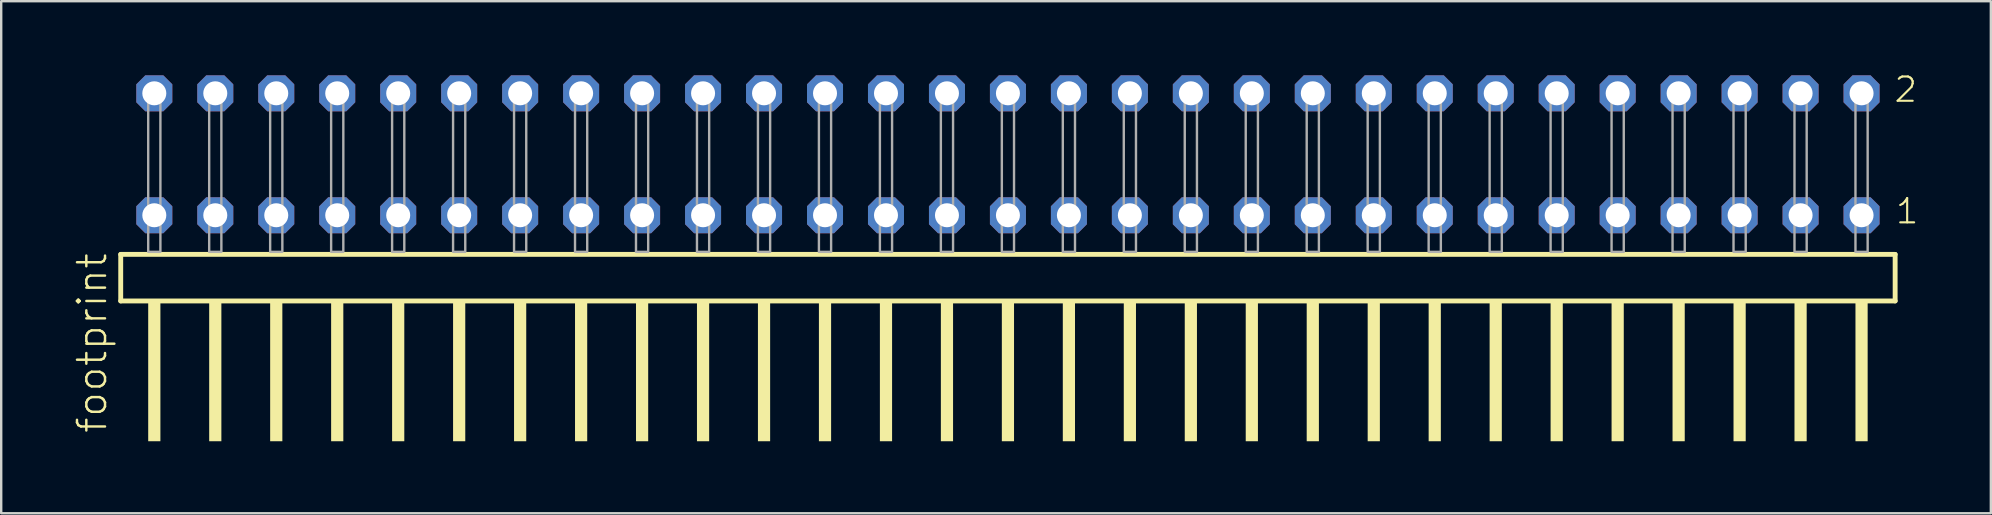
<source format=kicad_pcb>
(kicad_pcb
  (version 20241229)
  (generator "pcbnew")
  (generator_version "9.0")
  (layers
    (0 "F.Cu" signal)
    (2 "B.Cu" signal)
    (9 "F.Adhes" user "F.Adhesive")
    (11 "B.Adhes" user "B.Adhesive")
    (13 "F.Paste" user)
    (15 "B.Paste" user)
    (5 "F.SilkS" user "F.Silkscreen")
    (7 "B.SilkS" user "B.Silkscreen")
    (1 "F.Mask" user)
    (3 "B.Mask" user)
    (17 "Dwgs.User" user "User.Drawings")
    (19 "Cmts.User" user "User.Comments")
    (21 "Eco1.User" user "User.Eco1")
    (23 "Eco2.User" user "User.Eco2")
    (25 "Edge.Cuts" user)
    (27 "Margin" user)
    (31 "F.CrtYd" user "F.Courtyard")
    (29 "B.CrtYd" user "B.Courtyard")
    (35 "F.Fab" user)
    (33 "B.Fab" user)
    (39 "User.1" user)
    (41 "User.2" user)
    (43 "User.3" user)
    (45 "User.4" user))
  (footprint "footprint"
    (layer "F.Cu")
    (at 38.938 7.441)
    (property "Reference" "footprint" (at -37.465 7.62 90) (layer "F.SilkS") (effects (font (size 1.168 1.168) (thickness 0.102)) (justify left bottom)))
    (fp_line (start -36.959 0.106) (end -36.959 2.046) (stroke (width 0.203) (type solid)) (layer "F.SilkS"))
    (fp_line (start -36.959 2.046) (end 36.959 2.046) (stroke (width 0.203) (type solid)) (layer "F.SilkS"))
    (fp_line (start 36.959 0.106) (end -36.959 0.106) (stroke (width 0.203) (type solid)) (layer "F.SilkS"))
    (fp_line (start 36.959 2.046) (end 36.959 0.106) (stroke (width 0.203) (type solid)) (layer "F.SilkS"))
    (fp_poly (pts (xy -35.814 7.89) (xy -35.306 7.89) (xy -35.306 2.04) (xy -35.814 2.04)) (stroke (width 0) (type solid)) (fill yes) (layer "F.SilkS"))
    (fp_poly (pts (xy -33.274 7.89) (xy -32.766 7.89) (xy -32.766 2.04) (xy -33.274 2.04)) (stroke (width 0) (type solid)) (fill yes) (layer "F.SilkS"))
    (fp_poly (pts (xy -30.734 7.89) (xy -30.226 7.89) (xy -30.226 2.04) (xy -30.734 2.04)) (stroke (width 0) (type solid)) (fill yes) (layer "F.SilkS"))
    (fp_poly (pts (xy -28.194 7.89) (xy -27.686 7.89) (xy -27.686 2.04) (xy -28.194 2.04)) (stroke (width 0) (type solid)) (fill yes) (layer "F.SilkS"))
    (fp_poly (pts (xy -25.654 7.89) (xy -25.146 7.89) (xy -25.146 2.04) (xy -25.654 2.04)) (stroke (width 0) (type solid)) (fill yes) (layer "F.SilkS"))
    (fp_poly (pts (xy -23.114 7.89) (xy -22.606 7.89) (xy -22.606 2.04) (xy -23.114 2.04)) (stroke (width 0) (type solid)) (fill yes) (layer "F.SilkS"))
    (fp_poly (pts (xy -20.574 7.89) (xy -20.066 7.89) (xy -20.066 2.04) (xy -20.574 2.04)) (stroke (width 0) (type solid)) (fill yes) (layer "F.SilkS"))
    (fp_poly (pts (xy -18.034 7.89) (xy -17.526 7.89) (xy -17.526 2.04) (xy -18.034 2.04)) (stroke (width 0) (type solid)) (fill yes) (layer "F.SilkS"))
    (fp_poly (pts (xy -15.494 7.89) (xy -14.986 7.89) (xy -14.986 2.04) (xy -15.494 2.04)) (stroke (width 0) (type solid)) (fill yes) (layer "F.SilkS"))
    (fp_poly (pts (xy -12.954 7.89) (xy -12.446 7.89) (xy -12.446 2.04) (xy -12.954 2.04)) (stroke (width 0) (type solid)) (fill yes) (layer "F.SilkS"))
    (fp_poly (pts (xy -10.414 7.89) (xy -9.906 7.89) (xy -9.906 2.04) (xy -10.414 2.04)) (stroke (width 0) (type solid)) (fill yes) (layer "F.SilkS"))
    (fp_poly (pts (xy -7.874 7.89) (xy -7.366 7.89) (xy -7.366 2.04) (xy -7.874 2.04)) (stroke (width 0) (type solid)) (fill yes) (layer "F.SilkS"))
    (fp_poly (pts (xy -5.334 7.89) (xy -4.826 7.89) (xy -4.826 2.04) (xy -5.334 2.04)) (stroke (width 0) (type solid)) (fill yes) (layer "F.SilkS"))
    (fp_poly (pts (xy -2.794 7.89) (xy -2.286 7.89) (xy -2.286 2.04) (xy -2.794 2.04)) (stroke (width 0) (type solid)) (fill yes) (layer "F.SilkS"))
    (fp_poly (pts (xy -0.254 7.89) (xy 0.254 7.89) (xy 0.254 2.04) (xy -0.254 2.04)) (stroke (width 0) (type solid)) (fill yes) (layer "F.SilkS"))
    (fp_poly (pts (xy 2.286 7.89) (xy 2.794 7.89) (xy 2.794 2.04) (xy 2.286 2.04)) (stroke (width 0) (type solid)) (fill yes) (layer "F.SilkS"))
    (fp_poly (pts (xy 4.826 7.89) (xy 5.334 7.89) (xy 5.334 2.04) (xy 4.826 2.04)) (stroke (width 0) (type solid)) (fill yes) (layer "F.SilkS"))
    (fp_poly (pts (xy 7.366 7.89) (xy 7.874 7.89) (xy 7.874 2.04) (xy 7.366 2.04)) (stroke (width 0) (type solid)) (fill yes) (layer "F.SilkS"))
    (fp_poly (pts (xy 9.906 7.89) (xy 10.414 7.89) (xy 10.414 2.04) (xy 9.906 2.04)) (stroke (width 0) (type solid)) (fill yes) (layer "F.SilkS"))
    (fp_poly (pts (xy 12.446 7.89) (xy 12.954 7.89) (xy 12.954 2.04) (xy 12.446 2.04)) (stroke (width 0) (type solid)) (fill yes) (layer "F.SilkS"))
    (fp_poly (pts (xy 14.986 7.89) (xy 15.494 7.89) (xy 15.494 2.04) (xy 14.986 2.04)) (stroke (width 0) (type solid)) (fill yes) (layer "F.SilkS"))
    (fp_poly (pts (xy 17.526 7.89) (xy 18.034 7.89) (xy 18.034 2.04) (xy 17.526 2.04)) (stroke (width 0) (type solid)) (fill yes) (layer "F.SilkS"))
    (fp_poly (pts (xy 20.066 7.89) (xy 20.574 7.89) (xy 20.574 2.04) (xy 20.066 2.04)) (stroke (width 0) (type solid)) (fill yes) (layer "F.SilkS"))
    (fp_poly (pts (xy 22.606 7.89) (xy 23.114 7.89) (xy 23.114 2.04) (xy 22.606 2.04)) (stroke (width 0) (type solid)) (fill yes) (layer "F.SilkS"))
    (fp_poly (pts (xy 25.146 7.89) (xy 25.654 7.89) (xy 25.654 2.04) (xy 25.146 2.04)) (stroke (width 0) (type solid)) (fill yes) (layer "F.SilkS"))
    (fp_poly (pts (xy 27.686 7.89) (xy 28.194 7.89) (xy 28.194 2.04) (xy 27.686 2.04)) (stroke (width 0) (type solid)) (fill yes) (layer "F.SilkS"))
    (fp_poly (pts (xy 30.226 7.89) (xy 30.734 7.89) (xy 30.734 2.04) (xy 30.226 2.04)) (stroke (width 0) (type solid)) (fill yes) (layer "F.SilkS"))
    (fp_poly (pts (xy 32.766 7.89) (xy 33.274 7.89) (xy 33.274 2.04) (xy 32.766 2.04)) (stroke (width 0) (type solid)) (fill yes) (layer "F.SilkS"))
    (fp_poly (pts (xy 35.306 7.89) (xy 35.814 7.89) (xy 35.814 2.04) (xy 35.306 2.04)) (stroke (width 0) (type solid)) (fill yes) (layer "F.SilkS"))
    (fp_poly (pts (xy -35.814 0) (xy -35.306 0) (xy -35.306 -6.858) (xy -35.814 -6.858)) (stroke (width 0.1) (type solid)) (fill no) (layer "F.Fab"))
    (fp_poly (pts (xy -33.274 0) (xy -32.766 0) (xy -32.766 -6.858) (xy -33.274 -6.858)) (stroke (width 0.1) (type solid)) (fill no) (layer "F.Fab"))
    (fp_poly (pts (xy -30.734 0) (xy -30.226 0) (xy -30.226 -6.858) (xy -30.734 -6.858)) (stroke (width 0.1) (type solid)) (fill no) (layer "F.Fab"))
    (fp_poly (pts (xy -28.194 0) (xy -27.686 0) (xy -27.686 -6.858) (xy -28.194 -6.858)) (stroke (width 0.1) (type solid)) (fill no) (layer "F.Fab"))
    (fp_poly (pts (xy -25.654 0) (xy -25.146 0) (xy -25.146 -6.858) (xy -25.654 -6.858)) (stroke (width 0.1) (type solid)) (fill no) (layer "F.Fab"))
    (fp_poly (pts (xy -23.114 0) (xy -22.606 0) (xy -22.606 -6.858) (xy -23.114 -6.858)) (stroke (width 0.1) (type solid)) (fill no) (layer "F.Fab"))
    (fp_poly (pts (xy -20.574 0) (xy -20.066 0) (xy -20.066 -6.858) (xy -20.574 -6.858)) (stroke (width 0.1) (type solid)) (fill no) (layer "F.Fab"))
    (fp_poly (pts (xy -18.034 0) (xy -17.526 0) (xy -17.526 -6.858) (xy -18.034 -6.858)) (stroke (width 0.1) (type solid)) (fill no) (layer "F.Fab"))
    (fp_poly (pts (xy -15.494 0) (xy -14.986 0) (xy -14.986 -6.858) (xy -15.494 -6.858)) (stroke (width 0.1) (type solid)) (fill no) (layer "F.Fab"))
    (fp_poly (pts (xy -12.954 0) (xy -12.446 0) (xy -12.446 -6.858) (xy -12.954 -6.858)) (stroke (width 0.1) (type solid)) (fill no) (layer "F.Fab"))
    (fp_poly (pts (xy -10.414 0) (xy -9.906 0) (xy -9.906 -6.858) (xy -10.414 -6.858)) (stroke (width 0.1) (type solid)) (fill no) (layer "F.Fab"))
    (fp_poly (pts (xy -7.874 0) (xy -7.366 0) (xy -7.366 -6.858) (xy -7.874 -6.858)) (stroke (width 0.1) (type solid)) (fill no) (layer "F.Fab"))
    (fp_poly (pts (xy -5.334 0) (xy -4.826 0) (xy -4.826 -6.858) (xy -5.334 -6.858)) (stroke (width 0.1) (type solid)) (fill no) (layer "F.Fab"))
    (fp_poly (pts (xy -2.794 0) (xy -2.286 0) (xy -2.286 -6.858) (xy -2.794 -6.858)) (stroke (width 0.1) (type solid)) (fill no) (layer "F.Fab"))
    (fp_poly (pts (xy -0.254 0) (xy 0.254 0) (xy 0.254 -6.858) (xy -0.254 -6.858)) (stroke (width 0.1) (type solid)) (fill no) (layer "F.Fab"))
    (fp_poly (pts (xy 2.286 0) (xy 2.794 0) (xy 2.794 -6.858) (xy 2.286 -6.858)) (stroke (width 0.1) (type solid)) (fill no) (layer "F.Fab"))
    (fp_poly (pts (xy 4.826 0) (xy 5.334 0) (xy 5.334 -6.858) (xy 4.826 -6.858)) (stroke (width 0.1) (type solid)) (fill no) (layer "F.Fab"))
    (fp_poly (pts (xy 7.366 0) (xy 7.874 0) (xy 7.874 -6.858) (xy 7.366 -6.858)) (stroke (width 0.1) (type solid)) (fill no) (layer "F.Fab"))
    (fp_poly (pts (xy 9.906 0) (xy 10.414 0) (xy 10.414 -6.858) (xy 9.906 -6.858)) (stroke (width 0.1) (type solid)) (fill no) (layer "F.Fab"))
    (fp_poly (pts (xy 12.446 0) (xy 12.954 0) (xy 12.954 -6.858) (xy 12.446 -6.858)) (stroke (width 0.1) (type solid)) (fill no) (layer "F.Fab"))
    (fp_poly (pts (xy 14.986 0) (xy 15.494 0) (xy 15.494 -6.858) (xy 14.986 -6.858)) (stroke (width 0.1) (type solid)) (fill no) (layer "F.Fab"))
    (fp_poly (pts (xy 17.526 0) (xy 18.034 0) (xy 18.034 -6.858) (xy 17.526 -6.858)) (stroke (width 0.1) (type solid)) (fill no) (layer "F.Fab"))
    (fp_poly (pts (xy 20.066 0) (xy 20.574 0) (xy 20.574 -6.858) (xy 20.066 -6.858)) (stroke (width 0.1) (type solid)) (fill no) (layer "F.Fab"))
    (fp_poly (pts (xy 22.606 0) (xy 23.114 0) (xy 23.114 -6.858) (xy 22.606 -6.858)) (stroke (width 0.1) (type solid)) (fill no) (layer "F.Fab"))
    (fp_poly (pts (xy 25.146 0) (xy 25.654 0) (xy 25.654 -6.858) (xy 25.146 -6.858)) (stroke (width 0.1) (type solid)) (fill no) (layer "F.Fab"))
    (fp_poly (pts (xy 27.686 0) (xy 28.194 0) (xy 28.194 -6.858) (xy 27.686 -6.858)) (stroke (width 0.1) (type solid)) (fill no) (layer "F.Fab"))
    (fp_poly (pts (xy 30.226 0) (xy 30.734 0) (xy 30.734 -6.858) (xy 30.226 -6.858)) (stroke (width 0.1) (type solid)) (fill no) (layer "F.Fab"))
    (fp_poly (pts (xy 32.766 0) (xy 33.274 0) (xy 33.274 -6.858) (xy 32.766 -6.858)) (stroke (width 0.1) (type solid)) (fill no) (layer "F.Fab"))
    (fp_poly (pts (xy 35.306 0) (xy 35.814 0) (xy 35.814 -6.858) (xy 35.306 -6.858)) (stroke (width 0.1) (type solid)) (fill no) (layer "F.Fab"))
    (fp_text user "1" (at 36.92 -1.1 0) (layer "F.SilkS") (effects (font (size 1.012 1.012) (thickness 0.088)) (justify left bottom)))
    (fp_text user "2" (at 36.86 -6.165 0) (layer "F.SilkS") (effects (font (size 1.012 1.012) (thickness 0.088)) (justify left bottom)))
    (pad "1" thru_hole roundrect (at 35.56 -1.524 180) (size 1.5 1.5) (drill 1) (layers "*.Cu" "*.Mask") (roundrect_rratio 0.25) (chamfer_ratio 0.25) (chamfer top_left top_right bottom_left bottom_right))
    (pad "2" thru_hole roundrect (at 35.56 -6.604 180) (size 1.5 1.5) (drill 1) (layers "*.Cu" "*.Mask") (roundrect_rratio 0.25) (chamfer_ratio 0.25) (chamfer top_left top_right bottom_left bottom_right))
    (pad "3" thru_hole roundrect (at 33.02 -1.524 180) (size 1.5 1.5) (drill 1) (layers "*.Cu" "*.Mask") (roundrect_rratio 0.25) (chamfer_ratio 0.25) (chamfer top_left top_right bottom_left bottom_right))
    (pad "4" thru_hole roundrect (at 33.02 -6.604 180) (size 1.5 1.5) (drill 1) (layers "*.Cu" "*.Mask") (roundrect_rratio 0.25) (chamfer_ratio 0.25) (chamfer top_left top_right bottom_left bottom_right))
    (pad "5" thru_hole roundrect (at 30.48 -1.524 180) (size 1.5 1.5) (drill 1) (layers "*.Cu" "*.Mask") (roundrect_rratio 0.25) (chamfer_ratio 0.25) (chamfer top_left top_right bottom_left bottom_right))
    (pad "6" thru_hole roundrect (at 30.48 -6.604 180) (size 1.5 1.5) (drill 1) (layers "*.Cu" "*.Mask") (roundrect_rratio 0.25) (chamfer_ratio 0.25) (chamfer top_left top_right bottom_left bottom_right))
    (pad "7" thru_hole roundrect (at 27.94 -1.524 180) (size 1.5 1.5) (drill 1) (layers "*.Cu" "*.Mask") (roundrect_rratio 0.25) (chamfer_ratio 0.25) (chamfer top_left top_right bottom_left bottom_right))
    (pad "8" thru_hole roundrect (at 27.94 -6.604 180) (size 1.5 1.5) (drill 1) (layers "*.Cu" "*.Mask") (roundrect_rratio 0.25) (chamfer_ratio 0.25) (chamfer top_left top_right bottom_left bottom_right))
    (pad "9" thru_hole roundrect (at 25.4 -1.524 180) (size 1.5 1.5) (drill 1) (layers "*.Cu" "*.Mask") (roundrect_rratio 0.25) (chamfer_ratio 0.25) (chamfer top_left top_right bottom_left bottom_right))
    (pad "10" thru_hole roundrect (at 25.4 -6.604 180) (size 1.5 1.5) (drill 1) (layers "*.Cu" "*.Mask") (roundrect_rratio 0.25) (chamfer_ratio 0.25) (chamfer top_left top_right bottom_left bottom_right))
    (pad "11" thru_hole roundrect (at 22.86 -1.524 180) (size 1.5 1.5) (drill 1) (layers "*.Cu" "*.Mask") (roundrect_rratio 0.25) (chamfer_ratio 0.25) (chamfer top_left top_right bottom_left bottom_right))
    (pad "12" thru_hole roundrect (at 22.86 -6.604 180) (size 1.5 1.5) (drill 1) (layers "*.Cu" "*.Mask") (roundrect_rratio 0.25) (chamfer_ratio 0.25) (chamfer top_left top_right bottom_left bottom_right))
    (pad "13" thru_hole roundrect (at 20.32 -1.524 180) (size 1.5 1.5) (drill 1) (layers "*.Cu" "*.Mask") (roundrect_rratio 0.25) (chamfer_ratio 0.25) (chamfer top_left top_right bottom_left bottom_right))
    (pad "14" thru_hole roundrect (at 20.32 -6.604 180) (size 1.5 1.5) (drill 1) (layers "*.Cu" "*.Mask") (roundrect_rratio 0.25) (chamfer_ratio 0.25) (chamfer top_left top_right bottom_left bottom_right))
    (pad "15" thru_hole roundrect (at 17.78 -1.524 180) (size 1.5 1.5) (drill 1) (layers "*.Cu" "*.Mask") (roundrect_rratio 0.25) (chamfer_ratio 0.25) (chamfer top_left top_right bottom_left bottom_right))
    (pad "16" thru_hole roundrect (at 17.78 -6.604 180) (size 1.5 1.5) (drill 1) (layers "*.Cu" "*.Mask") (roundrect_rratio 0.25) (chamfer_ratio 0.25) (chamfer top_left top_right bottom_left bottom_right))
    (pad "17" thru_hole roundrect (at 15.24 -1.524 180) (size 1.5 1.5) (drill 1) (layers "*.Cu" "*.Mask") (roundrect_rratio 0.25) (chamfer_ratio 0.25) (chamfer top_left top_right bottom_left bottom_right))
    (pad "18" thru_hole roundrect (at 15.24 -6.604 180) (size 1.5 1.5) (drill 1) (layers "*.Cu" "*.Mask") (roundrect_rratio 0.25) (chamfer_ratio 0.25) (chamfer top_left top_right bottom_left bottom_right))
    (pad "19" thru_hole roundrect (at 12.7 -1.524 180) (size 1.5 1.5) (drill 1) (layers "*.Cu" "*.Mask") (roundrect_rratio 0.25) (chamfer_ratio 0.25) (chamfer top_left top_right bottom_left bottom_right))
    (pad "20" thru_hole roundrect (at 12.7 -6.604 180) (size 1.5 1.5) (drill 1) (layers "*.Cu" "*.Mask") (roundrect_rratio 0.25) (chamfer_ratio 0.25) (chamfer top_left top_right bottom_left bottom_right))
    (pad "21" thru_hole roundrect (at 10.16 -1.524 180) (size 1.5 1.5) (drill 1) (layers "*.Cu" "*.Mask") (roundrect_rratio 0.25) (chamfer_ratio 0.25) (chamfer top_left top_right bottom_left bottom_right))
    (pad "22" thru_hole roundrect (at 10.16 -6.604 180) (size 1.5 1.5) (drill 1) (layers "*.Cu" "*.Mask") (roundrect_rratio 0.25) (chamfer_ratio 0.25) (chamfer top_left top_right bottom_left bottom_right))
    (pad "23" thru_hole roundrect (at 7.62 -1.524 180) (size 1.5 1.5) (drill 1) (layers "*.Cu" "*.Mask") (roundrect_rratio 0.25) (chamfer_ratio 0.25) (chamfer top_left top_right bottom_left bottom_right))
    (pad "24" thru_hole roundrect (at 7.62 -6.604 180) (size 1.5 1.5) (drill 1) (layers "*.Cu" "*.Mask") (roundrect_rratio 0.25) (chamfer_ratio 0.25) (chamfer top_left top_right bottom_left bottom_right))
    (pad "25" thru_hole roundrect (at 5.08 -1.524 180) (size 1.5 1.5) (drill 1) (layers "*.Cu" "*.Mask") (roundrect_rratio 0.25) (chamfer_ratio 0.25) (chamfer top_left top_right bottom_left bottom_right))
    (pad "26" thru_hole roundrect (at 5.08 -6.604 180) (size 1.5 1.5) (drill 1) (layers "*.Cu" "*.Mask") (roundrect_rratio 0.25) (chamfer_ratio 0.25) (chamfer top_left top_right bottom_left bottom_right))
    (pad "27" thru_hole roundrect (at 2.54 -1.524 180) (size 1.5 1.5) (drill 1) (layers "*.Cu" "*.Mask") (roundrect_rratio 0.25) (chamfer_ratio 0.25) (chamfer top_left top_right bottom_left bottom_right))
    (pad "28" thru_hole roundrect (at 2.54 -6.604 180) (size 1.5 1.5) (drill 1) (layers "*.Cu" "*.Mask") (roundrect_rratio 0.25) (chamfer_ratio 0.25) (chamfer top_left top_right bottom_left bottom_right))
    (pad "29" thru_hole roundrect (at 0 -1.524 180) (size 1.5 1.5) (drill 1) (layers "*.Cu" "*.Mask") (roundrect_rratio 0.25) (chamfer_ratio 0.25) (chamfer top_left top_right bottom_left bottom_right))
    (pad "30" thru_hole roundrect (at 0 -6.604 180) (size 1.5 1.5) (drill 1) (layers "*.Cu" "*.Mask") (roundrect_rratio 0.25) (chamfer_ratio 0.25) (chamfer top_left top_right bottom_left bottom_right))
    (pad "31" thru_hole roundrect (at -2.54 -1.524 180) (size 1.5 1.5) (drill 1) (layers "*.Cu" "*.Mask") (roundrect_rratio 0.25) (chamfer_ratio 0.25) (chamfer top_left top_right bottom_left bottom_right))
    (pad "32" thru_hole roundrect (at -2.54 -6.604 180) (size 1.5 1.5) (drill 1) (layers "*.Cu" "*.Mask") (roundrect_rratio 0.25) (chamfer_ratio 0.25) (chamfer top_left top_right bottom_left bottom_right))
    (pad "33" thru_hole roundrect (at -5.08 -1.524 180) (size 1.5 1.5) (drill 1) (layers "*.Cu" "*.Mask") (roundrect_rratio 0.25) (chamfer_ratio 0.25) (chamfer top_left top_right bottom_left bottom_right))
    (pad "34" thru_hole roundrect (at -5.08 -6.604 180) (size 1.5 1.5) (drill 1) (layers "*.Cu" "*.Mask") (roundrect_rratio 0.25) (chamfer_ratio 0.25) (chamfer top_left top_right bottom_left bottom_right))
    (pad "35" thru_hole roundrect (at -7.62 -1.524 180) (size 1.5 1.5) (drill 1) (layers "*.Cu" "*.Mask") (roundrect_rratio 0.25) (chamfer_ratio 0.25) (chamfer top_left top_right bottom_left bottom_right))
    (pad "36" thru_hole roundrect (at -7.62 -6.604 180) (size 1.5 1.5) (drill 1) (layers "*.Cu" "*.Mask") (roundrect_rratio 0.25) (chamfer_ratio 0.25) (chamfer top_left top_right bottom_left bottom_right))
    (pad "37" thru_hole roundrect (at -10.16 -1.524 180) (size 1.5 1.5) (drill 1) (layers "*.Cu" "*.Mask") (roundrect_rratio 0.25) (chamfer_ratio 0.25) (chamfer top_left top_right bottom_left bottom_right))
    (pad "38" thru_hole roundrect (at -10.16 -6.604 180) (size 1.5 1.5) (drill 1) (layers "*.Cu" "*.Mask") (roundrect_rratio 0.25) (chamfer_ratio 0.25) (chamfer top_left top_right bottom_left bottom_right))
    (pad "39" thru_hole roundrect (at -12.7 -1.524 180) (size 1.5 1.5) (drill 1) (layers "*.Cu" "*.Mask") (roundrect_rratio 0.25) (chamfer_ratio 0.25) (chamfer top_left top_right bottom_left bottom_right))
    (pad "40" thru_hole roundrect (at -12.7 -6.604 180) (size 1.5 1.5) (drill 1) (layers "*.Cu" "*.Mask") (roundrect_rratio 0.25) (chamfer_ratio 0.25) (chamfer top_left top_right bottom_left bottom_right))
    (pad "41" thru_hole roundrect (at -15.24 -1.524 180) (size 1.5 1.5) (drill 1) (layers "*.Cu" "*.Mask") (roundrect_rratio 0.25) (chamfer_ratio 0.25) (chamfer top_left top_right bottom_left bottom_right))
    (pad "42" thru_hole roundrect (at -15.24 -6.604 180) (size 1.5 1.5) (drill 1) (layers "*.Cu" "*.Mask") (roundrect_rratio 0.25) (chamfer_ratio 0.25) (chamfer top_left top_right bottom_left bottom_right))
    (pad "43" thru_hole roundrect (at -17.78 -1.524 180) (size 1.5 1.5) (drill 1) (layers "*.Cu" "*.Mask") (roundrect_rratio 0.25) (chamfer_ratio 0.25) (chamfer top_left top_right bottom_left bottom_right))
    (pad "44" thru_hole roundrect (at -17.78 -6.604 180) (size 1.5 1.5) (drill 1) (layers "*.Cu" "*.Mask") (roundrect_rratio 0.25) (chamfer_ratio 0.25) (chamfer top_left top_right bottom_left bottom_right))
    (pad "45" thru_hole roundrect (at -20.32 -1.524 180) (size 1.5 1.5) (drill 1) (layers "*.Cu" "*.Mask") (roundrect_rratio 0.25) (chamfer_ratio 0.25) (chamfer top_left top_right bottom_left bottom_right))
    (pad "46" thru_hole roundrect (at -20.32 -6.604 180) (size 1.5 1.5) (drill 1) (layers "*.Cu" "*.Mask") (roundrect_rratio 0.25) (chamfer_ratio 0.25) (chamfer top_left top_right bottom_left bottom_right))
    (pad "47" thru_hole roundrect (at -22.86 -1.524 180) (size 1.5 1.5) (drill 1) (layers "*.Cu" "*.Mask") (roundrect_rratio 0.25) (chamfer_ratio 0.25) (chamfer top_left top_right bottom_left bottom_right))
    (pad "48" thru_hole roundrect (at -22.86 -6.604 180) (size 1.5 1.5) (drill 1) (layers "*.Cu" "*.Mask") (roundrect_rratio 0.25) (chamfer_ratio 0.25) (chamfer top_left top_right bottom_left bottom_right))
    (pad "49" thru_hole roundrect (at -25.4 -1.524 180) (size 1.5 1.5) (drill 1) (layers "*.Cu" "*.Mask") (roundrect_rratio 0.25) (chamfer_ratio 0.25) (chamfer top_left top_right bottom_left bottom_right))
    (pad "50" thru_hole roundrect (at -25.4 -6.604 180) (size 1.5 1.5) (drill 1) (layers "*.Cu" "*.Mask") (roundrect_rratio 0.25) (chamfer_ratio 0.25) (chamfer top_left top_right bottom_left bottom_right))
    (pad "51" thru_hole roundrect (at -27.94 -1.524 180) (size 1.5 1.5) (drill 1) (layers "*.Cu" "*.Mask") (roundrect_rratio 0.25) (chamfer_ratio 0.25) (chamfer top_left top_right bottom_left bottom_right))
    (pad "52" thru_hole roundrect (at -27.94 -6.604 180) (size 1.5 1.5) (drill 1) (layers "*.Cu" "*.Mask") (roundrect_rratio 0.25) (chamfer_ratio 0.25) (chamfer top_left top_right bottom_left bottom_right))
    (pad "53" thru_hole roundrect (at -30.48 -1.524 180) (size 1.5 1.5) (drill 1) (layers "*.Cu" "*.Mask") (roundrect_rratio 0.25) (chamfer_ratio 0.25) (chamfer top_left top_right bottom_left bottom_right))
    (pad "54" thru_hole roundrect (at -30.48 -6.604 180) (size 1.5 1.5) (drill 1) (layers "*.Cu" "*.Mask") (roundrect_rratio 0.25) (chamfer_ratio 0.25) (chamfer top_left top_right bottom_left bottom_right))
    (pad "55" thru_hole roundrect (at -33.02 -1.524 180) (size 1.5 1.5) (drill 1) (layers "*.Cu" "*.Mask") (roundrect_rratio 0.25) (chamfer_ratio 0.25) (chamfer top_left top_right bottom_left bottom_right))
    (pad "56" thru_hole roundrect (at -33.02 -6.604 180) (size 1.5 1.5) (drill 1) (layers "*.Cu" "*.Mask") (roundrect_rratio 0.25) (chamfer_ratio 0.25) (chamfer top_left top_right bottom_left bottom_right))
    (pad "57" thru_hole roundrect (at -35.56 -1.524 180) (size 1.5 1.5) (drill 1) (layers "*.Cu" "*.Mask") (roundrect_rratio 0.25) (chamfer_ratio 0.25) (chamfer top_left top_right bottom_left bottom_right))
    (pad "58" thru_hole roundrect (at -35.56 -6.604 180) (size 1.5 1.5) (drill 1) (layers "*.Cu" "*.Mask") (roundrect_rratio 0.25) (chamfer_ratio 0.25) (chamfer top_left top_right bottom_left bottom_right)))
  (gr_rect
    (start -3 -3)
    (end 79.884 18.331)
    (stroke (width 0.1) (type default))
    (fill no)
    (layer "Edge.Cuts")))
</source>
